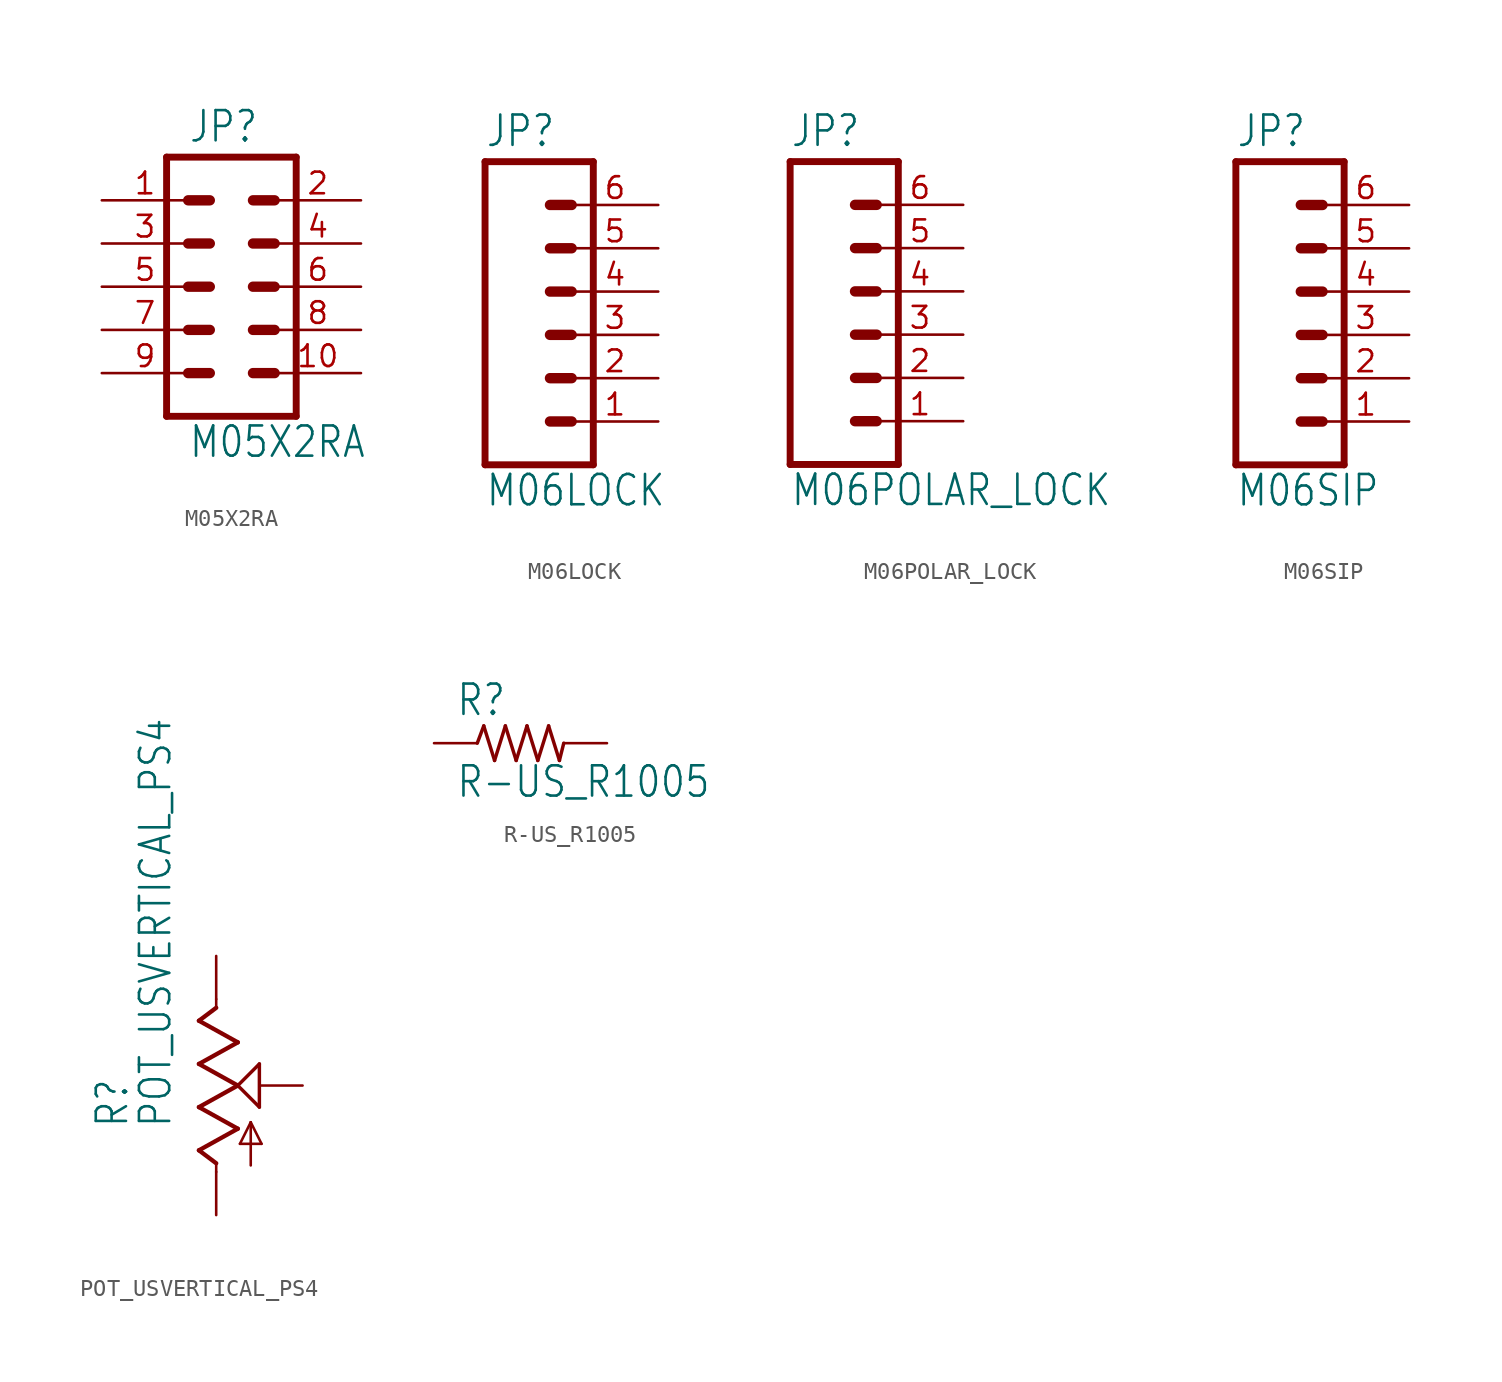
<source format=kicad_sym>
(kicad_symbol_lib
  (version 20211014)
  (generator kicad_symbol_editor)
  (symbol "M05X2RA"
    (property "Reference" "JP"
      (at -2.54 8.382 0)
      (effects (font (size 1.778 1.511)) (justify left bottom)))
    (property "Value" "M05X2RA"
      (at -2.54 -10.16 0)
      (effects (font (size 1.778 1.511)) (justify left bottom)))
    (property "ki_locked" ""
      (at 0 0 0)
      (effects (font (size 1.27 1.27))))
    (symbol "M05X2RA_1_0"
      (polyline (pts (xy -3.81 7.62) (xy -3.81 -7.62)) (stroke (width 0.406) (type default) (color 0 0 0 0)) (fill (type none)))
      (polyline (pts (xy -3.81 7.62) (xy 3.81 7.62)) (stroke (width 0.406) (type default) (color 0 0 0 0)) (fill (type none)))
      (polyline (pts (xy -1.27 -5.08) (xy -2.54 -5.08)) (stroke (width 0.61) (type default) (color 0 0 0 0)) (fill (type none)))
      (polyline (pts (xy -1.27 -2.54) (xy -2.54 -2.54)) (stroke (width 0.61) (type default) (color 0 0 0 0)) (fill (type none)))
      (polyline (pts (xy -1.27 0) (xy -2.54 0)) (stroke (width 0.61) (type default) (color 0 0 0 0)) (fill (type none)))
      (polyline (pts (xy -1.27 2.54) (xy -2.54 2.54)) (stroke (width 0.61) (type default) (color 0 0 0 0)) (fill (type none)))
      (polyline (pts (xy -1.27 5.08) (xy -2.54 5.08)) (stroke (width 0.61) (type default) (color 0 0 0 0)) (fill (type none)))
      (polyline (pts (xy 1.27 -5.08) (xy 2.54 -5.08)) (stroke (width 0.61) (type default) (color 0 0 0 0)) (fill (type none)))
      (polyline (pts (xy 1.27 -2.54) (xy 2.54 -2.54)) (stroke (width 0.61) (type default) (color 0 0 0 0)) (fill (type none)))
      (polyline (pts (xy 1.27 0) (xy 2.54 0)) (stroke (width 0.61) (type default) (color 0 0 0 0)) (fill (type none)))
      (polyline (pts (xy 1.27 2.54) (xy 2.54 2.54)) (stroke (width 0.61) (type default) (color 0 0 0 0)) (fill (type none)))
      (polyline (pts (xy 1.27 5.08) (xy 2.54 5.08)) (stroke (width 0.61) (type default) (color 0 0 0 0)) (fill (type none)))
      (polyline (pts (xy 3.81 -7.62) (xy -3.81 -7.62)) (stroke (width 0.406) (type default) (color 0 0 0 0)) (fill (type none)))
      (polyline (pts (xy 3.81 -7.62) (xy 3.81 7.62)) (stroke (width 0.406) (type default) (color 0 0 0 0)) (fill (type none)))
      (pin passive line (at -7.62 5.08 0) (length 5.08) (name "1" (effects (font (size 0 0)))) (number "1" (effects (font (size 1.27 1.27)))))
      (pin passive line (at 7.62 -5.08 180) (length 5.08) (name "10" (effects (font (size 0 0)))) (number "10" (effects (font (size 1.27 1.27)))))
      (pin passive line (at 7.62 5.08 180) (length 5.08) (name "2" (effects (font (size 0 0)))) (number "2" (effects (font (size 1.27 1.27)))))
      (pin passive line (at -7.62 2.54 0) (length 5.08) (name "3" (effects (font (size 0 0)))) (number "3" (effects (font (size 1.27 1.27)))))
      (pin passive line (at 7.62 2.54 180) (length 5.08) (name "4" (effects (font (size 0 0)))) (number "4" (effects (font (size 1.27 1.27)))))
      (pin passive line (at -7.62 0 0) (length 5.08) (name "5" (effects (font (size 0 0)))) (number "5" (effects (font (size 1.27 1.27)))))
      (pin passive line (at 7.62 0 180) (length 5.08) (name "6" (effects (font (size 0 0)))) (number "6" (effects (font (size 1.27 1.27)))))
      (pin passive line (at -7.62 -2.54 0) (length 5.08) (name "7" (effects (font (size 0 0)))) (number "7" (effects (font (size 1.27 1.27)))))
      (pin passive line (at 7.62 -2.54 180) (length 5.08) (name "8" (effects (font (size 0 0)))) (number "8" (effects (font (size 1.27 1.27)))))
      (pin passive line (at -7.62 -5.08 0) (length 5.08) (name "9" (effects (font (size 0 0)))) (number "9" (effects (font (size 1.27 1.27)))))))
  (symbol "M06LOCK"
    (property "Reference" "JP"
      (at -5.08 10.922 0)
      (effects (font (size 1.778 1.511)) (justify left bottom)))
    (property "Value" "M06LOCK"
      (at -5.08 -10.16 0)
      (effects (font (size 1.778 1.511)) (justify left bottom)))
    (property "ki_locked" ""
      (at 0 0 0)
      (effects (font (size 1.27 1.27))))
    (symbol "M06LOCK_1_0"
      (polyline (pts (xy -5.08 10.16) (xy -5.08 -7.62)) (stroke (width 0.406) (type default) (color 0 0 0 0)) (fill (type none)))
      (polyline (pts (xy -5.08 10.16) (xy 1.27 10.16)) (stroke (width 0.406) (type default) (color 0 0 0 0)) (fill (type none)))
      (polyline (pts (xy -1.27 -5.08) (xy 0 -5.08)) (stroke (width 0.61) (type default) (color 0 0 0 0)) (fill (type none)))
      (polyline (pts (xy -1.27 -2.54) (xy 0 -2.54)) (stroke (width 0.61) (type default) (color 0 0 0 0)) (fill (type none)))
      (polyline (pts (xy -1.27 0) (xy 0 0)) (stroke (width 0.61) (type default) (color 0 0 0 0)) (fill (type none)))
      (polyline (pts (xy -1.27 2.54) (xy 0 2.54)) (stroke (width 0.61) (type default) (color 0 0 0 0)) (fill (type none)))
      (polyline (pts (xy -1.27 5.08) (xy 0 5.08)) (stroke (width 0.61) (type default) (color 0 0 0 0)) (fill (type none)))
      (polyline (pts (xy -1.27 7.62) (xy 0 7.62)) (stroke (width 0.61) (type default) (color 0 0 0 0)) (fill (type none)))
      (polyline (pts (xy 1.27 -7.62) (xy -5.08 -7.62)) (stroke (width 0.406) (type default) (color 0 0 0 0)) (fill (type none)))
      (polyline (pts (xy 1.27 -7.62) (xy 1.27 10.16)) (stroke (width 0.406) (type default) (color 0 0 0 0)) (fill (type none)))
      (pin passive line (at 5.08 -5.08 180) (length 5.08) (name "1" (effects (font (size 0 0)))) (number "1" (effects (font (size 1.27 1.27)))))
      (pin passive line (at 5.08 -2.54 180) (length 5.08) (name "2" (effects (font (size 0 0)))) (number "2" (effects (font (size 1.27 1.27)))))
      (pin passive line (at 5.08 0 180) (length 5.08) (name "3" (effects (font (size 0 0)))) (number "3" (effects (font (size 1.27 1.27)))))
      (pin passive line (at 5.08 2.54 180) (length 5.08) (name "4" (effects (font (size 0 0)))) (number "4" (effects (font (size 1.27 1.27)))))
      (pin passive line (at 5.08 5.08 180) (length 5.08) (name "5" (effects (font (size 0 0)))) (number "5" (effects (font (size 1.27 1.27)))))
      (pin passive line (at 5.08 7.62 180) (length 5.08) (name "6" (effects (font (size 0 0)))) (number "6" (effects (font (size 1.27 1.27)))))))
  (symbol "M06POLAR_LOCK"
    (property "Reference" "JP"
      (at -5.08 10.922 0)
      (effects (font (size 1.778 1.511)) (justify left bottom)))
    (property "Value" "M06POLAR_LOCK"
      (at -5.08 -10.16 0)
      (effects (font (size 1.778 1.511)) (justify left bottom)))
    (property "ki_locked" ""
      (at 0 0 0)
      (effects (font (size 1.27 1.27))))
    (symbol "M06POLAR_LOCK_1_0"
      (polyline (pts (xy -5.08 10.16) (xy -5.08 -7.62)) (stroke (width 0.406) (type default) (color 0 0 0 0)) (fill (type none)))
      (polyline (pts (xy -5.08 10.16) (xy 1.27 10.16)) (stroke (width 0.406) (type default) (color 0 0 0 0)) (fill (type none)))
      (polyline (pts (xy -1.27 -5.08) (xy 0 -5.08)) (stroke (width 0.61) (type default) (color 0 0 0 0)) (fill (type none)))
      (polyline (pts (xy -1.27 -2.54) (xy 0 -2.54)) (stroke (width 0.61) (type default) (color 0 0 0 0)) (fill (type none)))
      (polyline (pts (xy -1.27 0) (xy 0 0)) (stroke (width 0.61) (type default) (color 0 0 0 0)) (fill (type none)))
      (polyline (pts (xy -1.27 2.54) (xy 0 2.54)) (stroke (width 0.61) (type default) (color 0 0 0 0)) (fill (type none)))
      (polyline (pts (xy -1.27 5.08) (xy 0 5.08)) (stroke (width 0.61) (type default) (color 0 0 0 0)) (fill (type none)))
      (polyline (pts (xy -1.27 7.62) (xy 0 7.62)) (stroke (width 0.61) (type default) (color 0 0 0 0)) (fill (type none)))
      (polyline (pts (xy 1.27 -7.62) (xy -5.08 -7.62)) (stroke (width 0.406) (type default) (color 0 0 0 0)) (fill (type none)))
      (polyline (pts (xy 1.27 -7.62) (xy 1.27 10.16)) (stroke (width 0.406) (type default) (color 0 0 0 0)) (fill (type none)))
      (pin passive line (at 5.08 -5.08 180) (length 5.08) (name "1" (effects (font (size 0 0)))) (number "1" (effects (font (size 1.27 1.27)))))
      (pin passive line (at 5.08 -2.54 180) (length 5.08) (name "2" (effects (font (size 0 0)))) (number "2" (effects (font (size 1.27 1.27)))))
      (pin passive line (at 5.08 0 180) (length 5.08) (name "3" (effects (font (size 0 0)))) (number "3" (effects (font (size 1.27 1.27)))))
      (pin passive line (at 5.08 2.54 180) (length 5.08) (name "4" (effects (font (size 0 0)))) (number "4" (effects (font (size 1.27 1.27)))))
      (pin passive line (at 5.08 5.08 180) (length 5.08) (name "5" (effects (font (size 0 0)))) (number "5" (effects (font (size 1.27 1.27)))))
      (pin passive line (at 5.08 7.62 180) (length 5.08) (name "6" (effects (font (size 0 0)))) (number "6" (effects (font (size 1.27 1.27)))))))
  (symbol "M06SIP"
    (property "Reference" "JP"
      (at -5.08 10.922 0)
      (effects (font (size 1.778 1.511)) (justify left bottom)))
    (property "Value" "M06SIP"
      (at -5.08 -10.16 0)
      (effects (font (size 1.778 1.511)) (justify left bottom)))
    (property "ki_locked" ""
      (at 0 0 0)
      (effects (font (size 1.27 1.27))))
    (symbol "M06SIP_1_0"
      (polyline (pts (xy -5.08 10.16) (xy -5.08 -7.62)) (stroke (width 0.406) (type default) (color 0 0 0 0)) (fill (type none)))
      (polyline (pts (xy -5.08 10.16) (xy 1.27 10.16)) (stroke (width 0.406) (type default) (color 0 0 0 0)) (fill (type none)))
      (polyline (pts (xy -1.27 -5.08) (xy 0 -5.08)) (stroke (width 0.61) (type default) (color 0 0 0 0)) (fill (type none)))
      (polyline (pts (xy -1.27 -2.54) (xy 0 -2.54)) (stroke (width 0.61) (type default) (color 0 0 0 0)) (fill (type none)))
      (polyline (pts (xy -1.27 0) (xy 0 0)) (stroke (width 0.61) (type default) (color 0 0 0 0)) (fill (type none)))
      (polyline (pts (xy -1.27 2.54) (xy 0 2.54)) (stroke (width 0.61) (type default) (color 0 0 0 0)) (fill (type none)))
      (polyline (pts (xy -1.27 5.08) (xy 0 5.08)) (stroke (width 0.61) (type default) (color 0 0 0 0)) (fill (type none)))
      (polyline (pts (xy -1.27 7.62) (xy 0 7.62)) (stroke (width 0.61) (type default) (color 0 0 0 0)) (fill (type none)))
      (polyline (pts (xy 1.27 -7.62) (xy -5.08 -7.62)) (stroke (width 0.406) (type default) (color 0 0 0 0)) (fill (type none)))
      (polyline (pts (xy 1.27 -7.62) (xy 1.27 10.16)) (stroke (width 0.406) (type default) (color 0 0 0 0)) (fill (type none)))
      (pin passive line (at 5.08 -5.08 180) (length 5.08) (name "1" (effects (font (size 0 0)))) (number "1" (effects (font (size 1.27 1.27)))))
      (pin passive line (at 5.08 -2.54 180) (length 5.08) (name "2" (effects (font (size 0 0)))) (number "2" (effects (font (size 1.27 1.27)))))
      (pin passive line (at 5.08 0 180) (length 5.08) (name "3" (effects (font (size 0 0)))) (number "3" (effects (font (size 1.27 1.27)))))
      (pin passive line (at 5.08 2.54 180) (length 5.08) (name "4" (effects (font (size 0 0)))) (number "4" (effects (font (size 1.27 1.27)))))
      (pin passive line (at 5.08 5.08 180) (length 5.08) (name "5" (effects (font (size 0 0)))) (number "5" (effects (font (size 1.27 1.27)))))
      (pin passive line (at 5.08 7.62 180) (length 5.08) (name "6" (effects (font (size 0 0)))) (number "6" (effects (font (size 1.27 1.27)))))))
  (symbol "POT_USVERTICAL_PS4"
    (property "Reference" "R"
      (at -5.08 -2.54 90)
      (effects (font (size 1.778 1.511)) (justify left bottom)))
    (property "Value" "POT_USVERTICAL_PS4"
      (at -2.54 -2.54 90)
      (effects (font (size 1.778 1.511)) (justify left bottom)))
    (property "ki_locked" ""
      (at 0 0 0)
      (effects (font (size 1.27 1.27))))
    (symbol "POT_USVERTICAL_PS4_1_0"
      (polyline (pts (xy -1.016 -3.81) (xy 1.27 -2.54)) (stroke (width 0.254) (type default) (color 0 0 0 0)) (fill (type none)))
      (polyline (pts (xy -1.016 -1.27) (xy 1.27 0)) (stroke (width 0.254) (type default) (color 0 0 0 0)) (fill (type none)))
      (polyline (pts (xy -1.016 1.27) (xy 1.27 2.54)) (stroke (width 0.254) (type default) (color 0 0 0 0)) (fill (type none)))
      (polyline (pts (xy -1.016 3.81) (xy 0 4.572)) (stroke (width 0.254) (type default) (color 0 0 0 0)) (fill (type none)))
      (polyline (pts (xy 0 -5.08) (xy 0 -4.572)) (stroke (width 0.152) (type default) (color 0 0 0 0)) (fill (type none)))
      (polyline (pts (xy 0 -4.572) (xy -1.016 -3.81)) (stroke (width 0.254) (type default) (color 0 0 0 0)) (fill (type none)))
      (polyline (pts (xy 0 4.572) (xy 0 5.08)) (stroke (width 0.152) (type default) (color 0 0 0 0)) (fill (type none)))
      (polyline (pts (xy 1.27 -2.54) (xy -1.016 -1.27)) (stroke (width 0.254) (type default) (color 0 0 0 0)) (fill (type none)))
      (polyline (pts (xy 1.27 0) (xy -1.016 1.27)) (stroke (width 0.254) (type default) (color 0 0 0 0)) (fill (type none)))
      (polyline (pts (xy 1.27 0) (xy 2.54 1.27)) (stroke (width 0.203) (type default) (color 0 0 0 0)) (fill (type none)))
      (polyline (pts (xy 1.27 2.54) (xy -1.016 3.81)) (stroke (width 0.254) (type default) (color 0 0 0 0)) (fill (type none)))
      (polyline (pts (xy 1.397 -3.429) (xy 2.032 -2.159)) (stroke (width 0.152) (type default) (color 0 0 0 0)) (fill (type none)))
      (polyline (pts (xy 2.032 -4.699) (xy 2.032 -2.159)) (stroke (width 0.152) (type default) (color 0 0 0 0)) (fill (type none)))
      (polyline (pts (xy 2.032 -2.159) (xy 2.667 -3.429)) (stroke (width 0.152) (type default) (color 0 0 0 0)) (fill (type none)))
      (polyline (pts (xy 2.54 -1.27) (xy 1.27 0)) (stroke (width 0.203) (type default) (color 0 0 0 0)) (fill (type none)))
      (polyline (pts (xy 2.54 1.27) (xy 2.54 -1.27)) (stroke (width 0.203) (type default) (color 0 0 0 0)) (fill (type none)))
      (polyline (pts (xy 2.667 -3.429) (xy 1.397 -3.429)) (stroke (width 0.152) (type default) (color 0 0 0 0)) (fill (type none)))
      (pin passive line (at 0 7.62 270) (length 2.54) (name "E" (effects (font (size 0 0)))) (number "P$1" (effects (font (size 0 0)))))
      (pin passive line (at 5.08 0 180) (length 2.54) (name "S" (effects (font (size 0 0)))) (number "P$2" (effects (font (size 0 0)))))
      (pin passive line (at 0 -7.62 90) (length 2.54) (name "A" (effects (font (size 0 0)))) (number "P$3" (effects (font (size 0 0)))))))
  (symbol "R-US_R1005"
    (property "Reference" "R"
      (at -3.81 1.499 0)
      (effects (font (size 1.778 1.511)) (justify left bottom)))
    (property "Value" "R-US_R1005"
      (at -3.81 -3.302 0)
      (effects (font (size 1.778 1.511)) (justify left bottom)))
    (property "ki_locked" ""
      (at 0 0 0)
      (effects (font (size 1.27 1.27))))
    (symbol "R-US_R1005_1_0"
      (polyline (pts (xy -2.54 0) (xy -2.159 1.016)) (stroke (width 0.203) (type default) (color 0 0 0 0)) (fill (type none)))
      (polyline (pts (xy -2.159 1.016) (xy -1.524 -1.016)) (stroke (width 0.203) (type default) (color 0 0 0 0)) (fill (type none)))
      (polyline (pts (xy -1.524 -1.016) (xy -0.889 1.016)) (stroke (width 0.203) (type default) (color 0 0 0 0)) (fill (type none)))
      (polyline (pts (xy -0.889 1.016) (xy -0.254 -1.016)) (stroke (width 0.203) (type default) (color 0 0 0 0)) (fill (type none)))
      (polyline (pts (xy -0.254 -1.016) (xy 0.381 1.016)) (stroke (width 0.203) (type default) (color 0 0 0 0)) (fill (type none)))
      (polyline (pts (xy 0.381 1.016) (xy 1.016 -1.016)) (stroke (width 0.203) (type default) (color 0 0 0 0)) (fill (type none)))
      (polyline (pts (xy 1.016 -1.016) (xy 1.651 1.016)) (stroke (width 0.203) (type default) (color 0 0 0 0)) (fill (type none)))
      (polyline (pts (xy 1.651 1.016) (xy 2.286 -1.016)) (stroke (width 0.203) (type default) (color 0 0 0 0)) (fill (type none)))
      (polyline (pts (xy 2.286 -1.016) (xy 2.54 0)) (stroke (width 0.203) (type default) (color 0 0 0 0)) (fill (type none)))
      (pin passive line (at -5.08 0 0) (length 2.54) (name "1" (effects (font (size 0 0)))) (number "1" (effects (font (size 0 0)))))
      (pin passive line (at 5.08 0 180) (length 2.54) (name "2" (effects (font (size 0 0)))) (number "2" (effects (font (size 0 0))))))))
</source>
